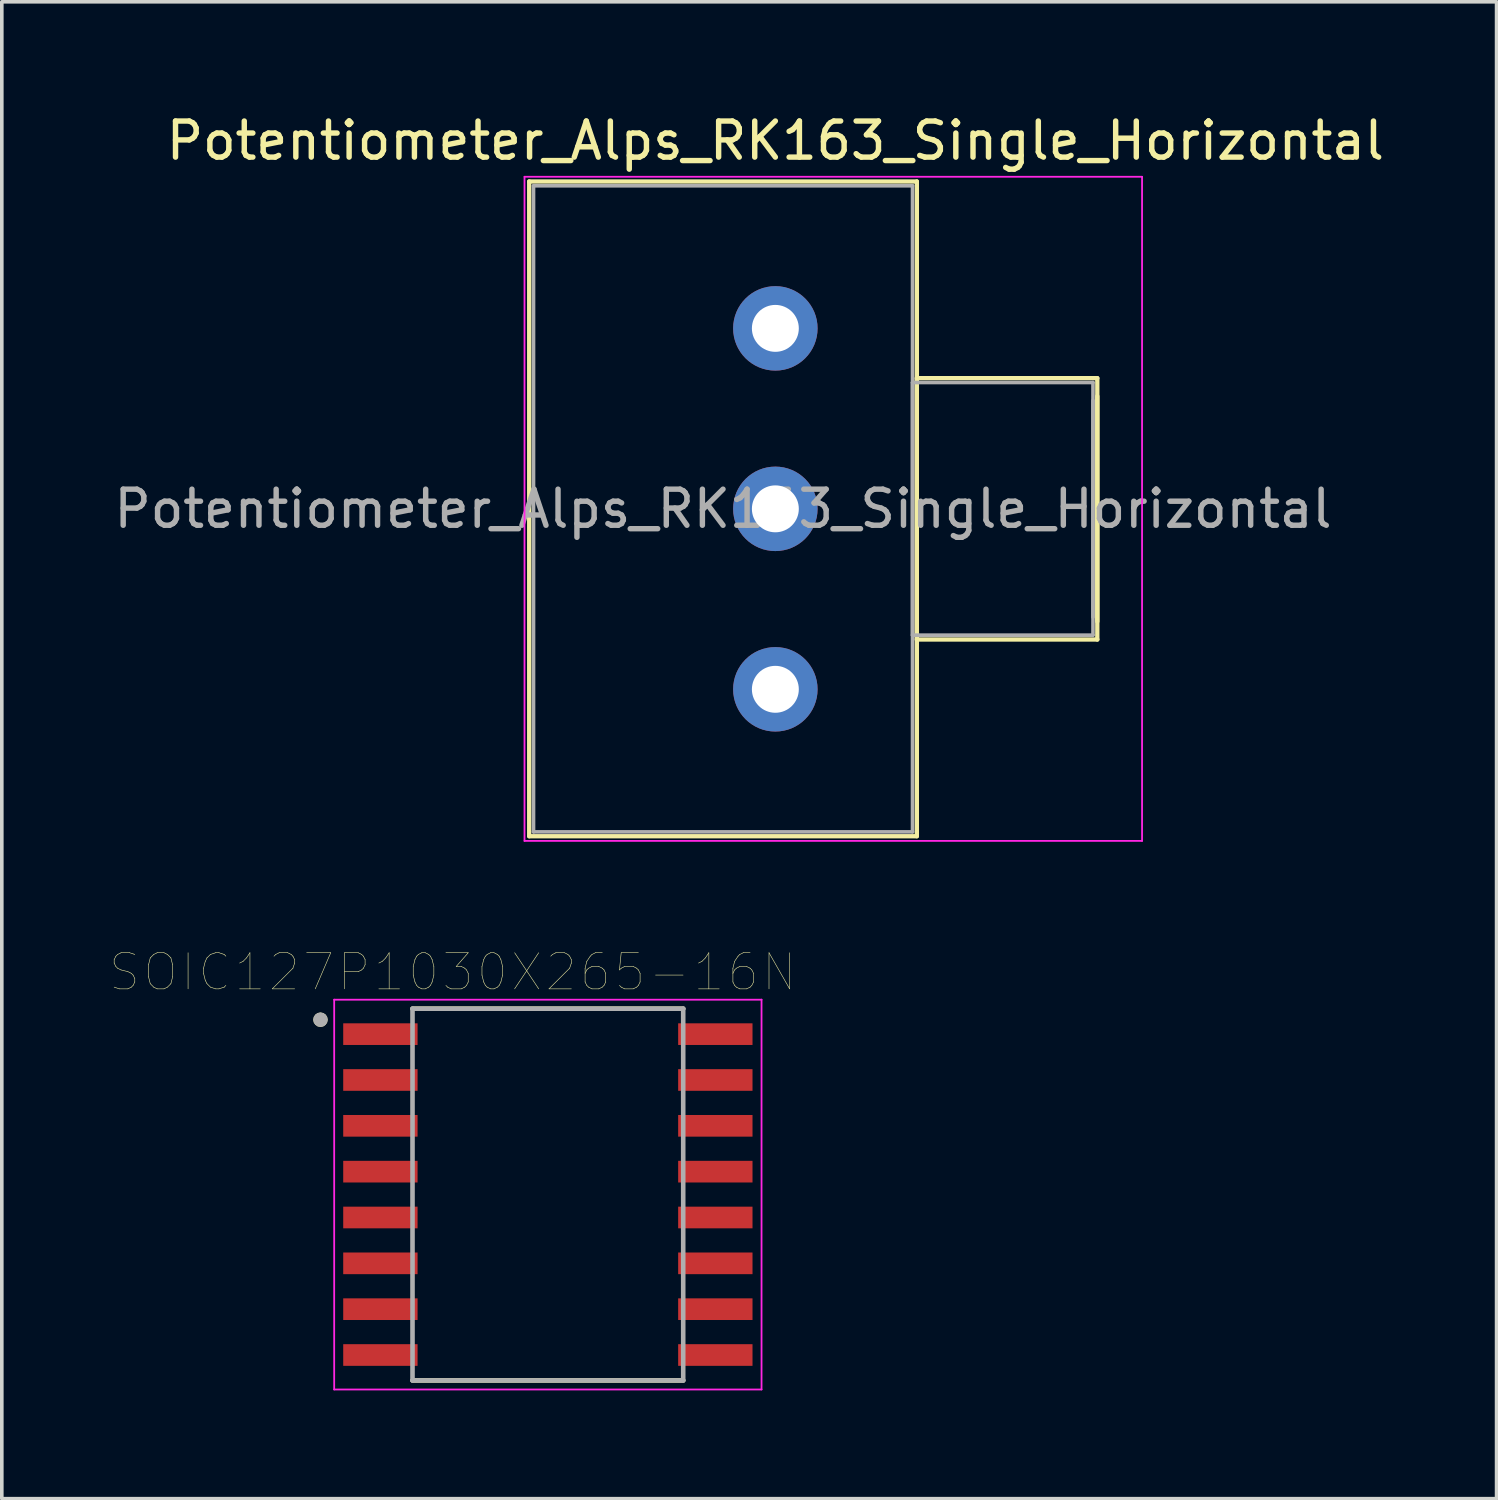
<source format=kicad_pcb>
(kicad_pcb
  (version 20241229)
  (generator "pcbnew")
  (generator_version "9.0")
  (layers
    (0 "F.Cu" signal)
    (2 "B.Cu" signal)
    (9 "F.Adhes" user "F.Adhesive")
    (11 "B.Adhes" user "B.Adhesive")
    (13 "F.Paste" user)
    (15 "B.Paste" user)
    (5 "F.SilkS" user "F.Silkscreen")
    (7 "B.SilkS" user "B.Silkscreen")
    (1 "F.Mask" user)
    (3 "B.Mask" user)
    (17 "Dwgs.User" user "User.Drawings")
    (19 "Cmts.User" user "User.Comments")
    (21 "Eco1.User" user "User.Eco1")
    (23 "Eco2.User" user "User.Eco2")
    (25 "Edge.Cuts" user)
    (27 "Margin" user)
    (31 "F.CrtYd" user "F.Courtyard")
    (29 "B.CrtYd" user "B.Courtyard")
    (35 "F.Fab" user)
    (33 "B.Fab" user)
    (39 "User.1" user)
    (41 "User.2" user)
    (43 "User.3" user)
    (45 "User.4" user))
  (footprint "SOIC127P1030X265-16N"
    (layer "F.Cu")
    (at 12.129 30.047)
    (property "Reference" "SOIC127P1030X265-16N" (at -2.635 -6.162 0) (layer "F.SilkS") (effects (font (size 1 1) (thickness 0.015))))
    (attr through_hole)
    (fp_line (start -3.75 -5.15) (end 3.75 -5.15) (stroke (width 0.127) (type solid)) (layer "F.SilkS"))
    (fp_line (start -3.75 5.15) (end 3.75 5.15) (stroke (width 0.127) (type solid)) (layer "F.SilkS"))
    (fp_circle (center -6.3 -4.845) (end -6.2 -4.845) (stroke (width 0.2) (type solid)) (fill no) (layer "F.SilkS"))
    (fp_line (start -5.92 -5.4) (end -5.92 5.4) (stroke (width 0.05) (type solid)) (layer "F.CrtYd"))
    (fp_line (start -5.92 -5.4) (end 5.92 -5.4) (stroke (width 0.05) (type solid)) (layer "F.CrtYd"))
    (fp_line (start -5.92 5.4) (end 5.92 5.4) (stroke (width 0.05) (type solid)) (layer "F.CrtYd"))
    (fp_line (start 5.92 -5.4) (end 5.92 5.4) (stroke (width 0.05) (type solid)) (layer "F.CrtYd"))
    (fp_line (start -3.75 -5.15) (end -3.75 5.15) (stroke (width 0.127) (type solid)) (layer "F.Fab"))
    (fp_line (start -3.75 -5.15) (end 3.75 -5.15) (stroke (width 0.127) (type solid)) (layer "F.Fab"))
    (fp_line (start -3.75 5.15) (end 3.75 5.15) (stroke (width 0.127) (type solid)) (layer "F.Fab"))
    (fp_line (start 3.75 -5.15) (end 3.75 5.15) (stroke (width 0.127) (type solid)) (layer "F.Fab"))
    (fp_circle (center -6.3 -4.845) (end -6.2 -4.845) (stroke (width 0.2) (type solid)) (fill no) (layer "F.Fab"))
    (pad "1" smd rect (at -4.64 -4.445) (size 2.06 0.6) (layers "F.Cu" "F.Mask" "F.Paste"))
    (pad "2" smd rect (at -4.64 -3.175) (size 2.06 0.6) (layers "F.Cu" "F.Mask" "F.Paste"))
    (pad "3" smd rect (at -4.64 -1.905) (size 2.06 0.6) (layers "F.Cu" "F.Mask" "F.Paste"))
    (pad "4" smd rect (at -4.64 -0.635) (size 2.06 0.6) (layers "F.Cu" "F.Mask" "F.Paste"))
    (pad "5" smd rect (at -4.64 0.635) (size 2.06 0.6) (layers "F.Cu" "F.Mask" "F.Paste"))
    (pad "6" smd rect (at -4.64 1.905) (size 2.06 0.6) (layers "F.Cu" "F.Mask" "F.Paste"))
    (pad "7" smd rect (at -4.64 3.175) (size 2.06 0.6) (layers "F.Cu" "F.Mask" "F.Paste"))
    (pad "8" smd rect (at -4.64 4.445) (size 2.06 0.6) (layers "F.Cu" "F.Mask" "F.Paste"))
    (pad "9" smd rect (at 4.64 4.445) (size 2.06 0.6) (layers "F.Cu" "F.Mask" "F.Paste"))
    (pad "10" smd rect (at 4.64 3.175) (size 2.06 0.6) (layers "F.Cu" "F.Mask" "F.Paste"))
    (pad "11" smd rect (at 4.64 1.905) (size 2.06 0.6) (layers "F.Cu" "F.Mask" "F.Paste"))
    (pad "12" smd rect (at 4.64 0.635) (size 2.06 0.6) (layers "F.Cu" "F.Mask" "F.Paste"))
    (pad "13" smd rect (at 4.64 -0.635) (size 2.06 0.6) (layers "F.Cu" "F.Mask" "F.Paste"))
    (pad "14" smd rect (at 4.64 -1.905) (size 2.06 0.6) (layers "F.Cu" "F.Mask" "F.Paste"))
    (pad "15" smd rect (at 4.64 -3.175) (size 2.06 0.6) (layers "F.Cu" "F.Mask" "F.Paste"))
    (pad "16" smd rect (at 4.64 -4.445) (size 2.06 0.6) (layers "F.Cu" "F.Mask" "F.Paste")))
  (footprint "Potentiometer_Alps_RK163_Single_Horizontal"
    (layer "F.Cu")
    (at 18.432 16.048)
    (property "Reference" "Potentiometer_Alps_RK163_Single_Horizontal" (at 0 -15.2 0) (layer "F.SilkS") (effects (font (size 1 1) (thickness 0.15))))
    (attr through_hole)
    (fp_line (start -6.82 -14.07) (end -6.82 4.07) (stroke (width 0.12) (type solid)) (layer "F.SilkS"))
    (fp_line (start -6.82 -14.07) (end 3.92 -14.07) (stroke (width 0.12) (type solid)) (layer "F.SilkS"))
    (fp_line (start -6.82 4.07) (end 3.92 4.07) (stroke (width 0.12) (type solid)) (layer "F.SilkS"))
    (fp_line (start 3.92 -14.07) (end 3.92 4.07) (stroke (width 0.12) (type solid)) (layer "F.SilkS"))
    (fp_line (start 3.92 -8.62) (end 3.92 -1.38) (stroke (width 0.12) (type solid)) (layer "F.SilkS"))
    (fp_line (start 3.92 -8.62) (end 8.92 -8.62) (stroke (width 0.12) (type solid)) (layer "F.SilkS"))
    (fp_line (start 3.92 -1.38) (end 8.92 -1.38) (stroke (width 0.12) (type solid)) (layer "F.SilkS"))
    (fp_line (start 8.92 -8.62) (end 8.92 -1.38) (stroke (width 0.12) (type solid)) (layer "F.SilkS"))
    (fp_line (start 8.92 -8.12) (end 8.92 -1.879) (stroke (width 0.12) (type solid)) (layer "F.SilkS"))
    (fp_line (start -6.95 -14.2) (end -6.95 4.2) (stroke (width 0.05) (type solid)) (layer "F.CrtYd"))
    (fp_line (start -6.95 4.2) (end 10.16 4.2) (stroke (width 0.05) (type solid)) (layer "F.CrtYd"))
    (fp_line (start 10.16 -14.2) (end -6.95 -14.2) (stroke (width 0.05) (type solid)) (layer "F.CrtYd"))
    (fp_line (start 10.16 4.2) (end 10.16 -14.2) (stroke (width 0.05) (type solid)) (layer "F.CrtYd"))
    (fp_line (start -6.7 -13.95) (end -6.7 3.95) (stroke (width 0.1) (type solid)) (layer "F.Fab"))
    (fp_line (start -6.7 3.95) (end 3.8 3.95) (stroke (width 0.1) (type solid)) (layer "F.Fab"))
    (fp_line (start 3.8 -13.95) (end -6.7 -13.95) (stroke (width 0.1) (type solid)) (layer "F.Fab"))
    (fp_line (start 3.8 -8.5) (end 3.8 -1.5) (stroke (width 0.1) (type solid)) (layer "F.Fab"))
    (fp_line (start 3.8 -1.5) (end 8.8 -1.5) (stroke (width 0.1) (type solid)) (layer "F.Fab"))
    (fp_line (start 3.8 3.95) (end 3.8 -13.95) (stroke (width 0.1) (type solid)) (layer "F.Fab"))
    (fp_line (start 8.8 -8.5) (end 3.8 -8.5) (stroke (width 0.1) (type solid)) (layer "F.Fab"))
    (fp_line (start 8.8 -8) (end 8.8 -2) (stroke (width 0.1) (type solid)) (layer "F.Fab"))
    (fp_line (start 8.8 -1.5) (end 8.8 -8.5) (stroke (width 0.1) (type solid)) (layer "F.Fab"))
    (fp_text user "${REFERENCE}" (at -1.45 -5 0) (layer "F.Fab") (effects (font (size 1 1) (thickness 0.15))))
    (pad "1" thru_hole circle (at 0 0) (size 2.34 2.34) (drill 1.3) (layers "*.Cu" "*.Mask"))
    (pad "2" thru_hole circle (at 0 -5) (size 2.34 2.34) (drill 1.3) (layers "*.Cu" "*.Mask"))
    (pad "3" thru_hole circle (at 0 -10) (size 2.34 2.34) (drill 1.3) (layers "*.Cu" "*.Mask")))
  (gr_rect
    (start -3 -3)
    (end 38.414 38.472)
    (stroke (width 0.1) (type default))
    (fill no)
    (layer "Edge.Cuts")))
</source>
